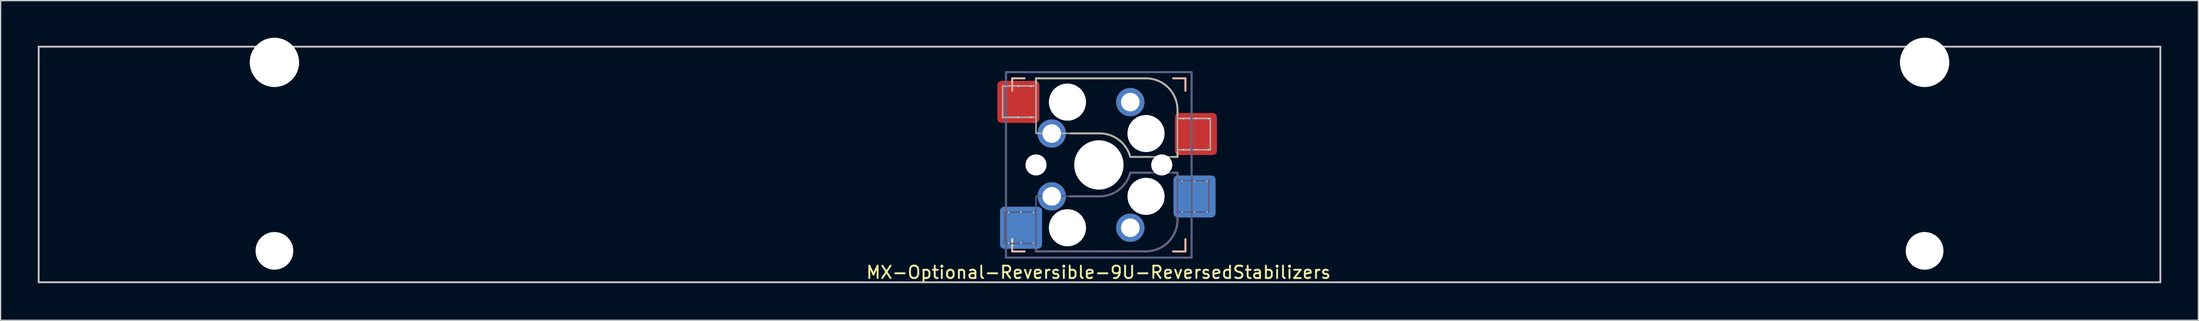
<source format=kicad_pcb>
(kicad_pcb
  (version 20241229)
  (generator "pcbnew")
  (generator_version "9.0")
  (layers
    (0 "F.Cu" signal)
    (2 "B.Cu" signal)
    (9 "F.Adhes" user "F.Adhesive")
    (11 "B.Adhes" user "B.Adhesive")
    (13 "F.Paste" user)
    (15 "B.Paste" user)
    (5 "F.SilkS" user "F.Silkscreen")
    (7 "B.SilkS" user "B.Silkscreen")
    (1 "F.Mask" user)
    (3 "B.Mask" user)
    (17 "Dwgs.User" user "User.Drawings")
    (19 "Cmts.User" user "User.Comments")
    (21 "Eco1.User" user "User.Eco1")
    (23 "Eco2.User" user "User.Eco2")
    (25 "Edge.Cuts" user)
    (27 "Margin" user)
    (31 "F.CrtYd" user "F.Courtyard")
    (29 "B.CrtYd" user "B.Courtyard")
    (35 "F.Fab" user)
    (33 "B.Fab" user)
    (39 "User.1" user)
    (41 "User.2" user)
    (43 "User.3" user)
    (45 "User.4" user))
  (footprint "MX-Optional-Reversible-9U-ReversedStabilizers"
    (layer "F.Cu")
    (at 85.8 10.249)
    (property "Reference" "MX-Optional-Reversible-9U-ReversedStabilizers" (at -0.077 8.726 180) (layer "F.SilkS") (effects (font (size 1 1) (thickness 0.15))))
    (attr smd)
    (fp_rect (start -8.258 -6.062) (end -4.858 -4.062) (stroke (width 0.1) (type solid)) (fill yes) (layer "F.Mask"))
    (fp_rect (start 6.092 -3.462) (end 9.492 -1.462) (stroke (width 0.1) (type solid)) (fill yes) (layer "F.Mask"))
    (fp_rect (start -8.041 4.118) (end -4.641 6.118) (stroke (width 0.1) (type solid)) (fill yes) (layer "B.Mask"))
    (fp_rect (start 5.979 1.588) (end 9.379 3.588) (stroke (width 0.1) (type solid)) (fill yes) (layer "B.Mask"))
    (fp_line (start -7.051 -6.962) (end -6.051 -6.962) (stroke (width 0.15) (type solid)) (layer "F.SilkS"))
    (fp_line (start -7.051 -6.566) (end -7.051 -6.962) (stroke (width 0.15) (type solid)) (layer "F.SilkS"))
    (fp_line (start -7.051 7.038) (end -7.051 6.038) (stroke (width 0.15) (type solid)) (layer "F.SilkS"))
    (fp_line (start -6.051 7.038) (end -7.051 7.038) (stroke (width 0.15) (type solid)) (layer "F.SilkS"))
    (fp_line (start -5.131 -6.581) (end -5.131 -6.962) (stroke (width 0.15) (type solid)) (layer "F.SilkS"))
    (fp_line (start -2.337 -2.517) (end -0.051 -2.517) (stroke (width 0.15) (type solid)) (layer "F.SilkS"))
    (fp_line (start 2.489 -0.612) (end 4.14 -0.612) (stroke (width 0.15) (type solid)) (layer "F.SilkS"))
    (fp_line (start 3.759 -6.962) (end -5.131 -6.962) (stroke (width 0.15) (type solid)) (layer "F.SilkS"))
    (fp_line (start 5.918 -0.612) (end 6.299 -0.612) (stroke (width 0.15) (type solid)) (layer "F.SilkS"))
    (fp_line (start 5.949 -6.962) (end 6.949 -6.962) (stroke (width 0.15) (type solid)) (layer "F.SilkS"))
    (fp_line (start 6.299 -4.041) (end 6.299 -4.422) (stroke (width 0.15) (type solid)) (layer "F.SilkS"))
    (fp_line (start 6.299 -0.612) (end 6.299 -0.993) (stroke (width 0.15) (type solid)) (layer "F.SilkS"))
    (fp_line (start 6.949 -6.962) (end 6.949 -5.962) (stroke (width 0.15) (type solid)) (layer "F.SilkS"))
    (fp_line (start 6.949 6.038) (end 6.949 7.038) (stroke (width 0.15) (type solid)) (layer "F.SilkS"))
    (fp_line (start 6.949 7.038) (end 5.949 7.038) (stroke (width 0.15) (type solid)) (layer "F.SilkS"))
    (fp_arc (start -0.05085 -2.51696) (mid 1.54712 -2.001754) (end 2.48915 -0.61196) (stroke (width 0.15) (type solid)) (layer "F.SilkS"))
    (fp_arc (start 3.75915 -6.96196) (mid 5.555201 -6.218011) (end 6.29915 -4.42196) (stroke (width 0.15) (type solid)) (layer "F.SilkS"))
    (fp_line (start -7.051 -6.962) (end -6.051 -6.962) (stroke (width 0.15) (type solid)) (layer "B.SilkS"))
    (fp_line (start -7.051 -5.962) (end -7.051 -6.962) (stroke (width 0.15) (type solid)) (layer "B.SilkS"))
    (fp_line (start -7.051 7.038) (end -7.051 6.642) (stroke (width 0.15) (type solid)) (layer "B.SilkS"))
    (fp_line (start -6.051 7.038) (end -7.051 7.038) (stroke (width 0.15) (type solid)) (layer "B.SilkS"))
    (fp_line (start -5.131 7.023) (end -5.131 6.642) (stroke (width 0.15) (type solid)) (layer "B.SilkS"))
    (fp_line (start -5.131 7.023) (end 3.759 7.023) (stroke (width 0.15) (type solid)) (layer "B.SilkS"))
    (fp_line (start -0.051 2.578) (end -2.337 2.578) (stroke (width 0.15) (type solid)) (layer "B.SilkS"))
    (fp_line (start 4.14 0.673) (end 2.489 0.673) (stroke (width 0.15) (type solid)) (layer "B.SilkS"))
    (fp_line (start 5.949 -6.962) (end 6.949 -6.962) (stroke (width 0.15) (type solid)) (layer "B.SilkS"))
    (fp_line (start 6.299 0.673) (end 5.918 0.673) (stroke (width 0.15) (type solid)) (layer "B.SilkS"))
    (fp_line (start 6.299 1.054) (end 6.299 0.673) (stroke (width 0.15) (type solid)) (layer "B.SilkS"))
    (fp_line (start 6.299 4.483) (end 6.299 4.102) (stroke (width 0.15) (type solid)) (layer "B.SilkS"))
    (fp_line (start 6.949 -6.962) (end 6.949 -5.962) (stroke (width 0.15) (type solid)) (layer "B.SilkS"))
    (fp_line (start 6.949 6.038) (end 6.949 7.038) (stroke (width 0.15) (type solid)) (layer "B.SilkS"))
    (fp_line (start 6.949 7.038) (end 5.949 7.038) (stroke (width 0.15) (type solid)) (layer "B.SilkS"))
    (fp_arc (start 2.48915 0.67304) (mid 1.547119 2.062831) (end -0.05085 2.57804) (stroke (width 0.15) (type solid)) (layer "B.SilkS"))
    (fp_arc (start 6.29915 4.48304) (mid 5.555201 6.279091) (end 3.75915 7.02304) (stroke (width 0.15) (type solid)) (layer "B.SilkS"))
    (fp_line (start -85.725 9.525) (end -85.725 -9.525) (stroke (width 0.15) (type solid)) (layer "Dwgs.User"))
    (fp_line (start 85.725 -9.525) (end -85.725 -9.525) (stroke (width 0.15) (type solid)) (layer "Dwgs.User"))
    (fp_line (start 85.725 9.525) (end -85.725 9.525) (stroke (width 0.15) (type solid)) (layer "Dwgs.User"))
    (fp_line (start 85.725 9.525) (end 85.725 -9.525) (stroke (width 0.15) (type solid)) (layer "Dwgs.User"))
    (fp_line (start -6.951 6.938) (end -6.951 -6.862) (stroke (width 0.15) (type solid)) (layer "Eco2.User"))
    (fp_line (start -6.951 6.938) (end 6.849 6.938) (stroke (width 0.15) (type solid)) (layer "Eco2.User"))
    (fp_line (start 6.849 -6.862) (end -6.951 -6.862) (stroke (width 0.15) (type solid)) (layer "Eco2.User"))
    (fp_line (start 6.849 -6.862) (end 6.849 6.938) (stroke (width 0.15) (type solid)) (layer "Eco2.User"))
    (fp_line (start -7.671 3.848) (end -7.671 6.388) (stroke (width 0.12) (type solid)) (layer "B.Fab"))
    (fp_line (start -7.671 6.388) (end -5.131 6.388) (stroke (width 0.12) (type solid)) (layer "B.Fab"))
    (fp_line (start -7.551 -7.462) (end 7.449 -7.462) (stroke (width 0.15) (type solid)) (layer "B.Fab"))
    (fp_line (start -7.551 7.538) (end -7.551 -7.462) (stroke (width 0.15) (type solid)) (layer "B.Fab"))
    (fp_line (start -5.131 2.578) (end -5.131 7.023) (stroke (width 0.12) (type solid)) (layer "B.Fab"))
    (fp_line (start -5.131 3.848) (end -7.671 3.848) (stroke (width 0.12) (type solid)) (layer "B.Fab"))
    (fp_line (start -5.131 7.023) (end 3.759 7.023) (stroke (width 0.12) (type solid)) (layer "B.Fab"))
    (fp_line (start -0.051 2.578) (end -5.131 2.578) (stroke (width 0.12) (type solid)) (layer "B.Fab"))
    (fp_line (start 6.299 0.673) (end 2.489 0.673) (stroke (width 0.12) (type solid)) (layer "B.Fab"))
    (fp_line (start 6.299 3.848) (end 8.839 3.848) (stroke (width 0.12) (type solid)) (layer "B.Fab"))
    (fp_line (start 6.299 4.483) (end 6.299 0.673) (stroke (width 0.12) (type solid)) (layer "B.Fab"))
    (fp_line (start 7.449 -7.462) (end 7.449 7.538) (stroke (width 0.15) (type solid)) (layer "B.Fab"))
    (fp_line (start 7.449 7.538) (end -7.551 7.538) (stroke (width 0.15) (type solid)) (layer "B.Fab"))
    (fp_line (start 8.839 1.308) (end 6.299 1.308) (stroke (width 0.12) (type solid)) (layer "B.Fab"))
    (fp_line (start 8.839 3.848) (end 8.839 1.308) (stroke (width 0.12) (type solid)) (layer "B.Fab"))
    (fp_arc (start 2.48915 0.67304) (mid 1.547119 2.062831) (end -0.05085 2.57804) (stroke (width 0.12) (type solid)) (layer "B.Fab"))
    (fp_arc (start 6.29915 4.48304) (mid 5.555201 6.279091) (end 3.75915 7.02304) (stroke (width 0.12) (type solid)) (layer "B.Fab"))
    (fp_line (start -7.828 -6.352) (end -7.828 -3.812) (stroke (width 0.12) (type solid)) (layer "F.Fab"))
    (fp_line (start -7.828 -3.812) (end -5.288 -3.812) (stroke (width 0.12) (type solid)) (layer "F.Fab"))
    (fp_line (start -7.828 -3.812) (end -5.288 -3.812) (stroke (width 0.12) (type solid)) (layer "F.Fab"))
    (fp_line (start -7.551 -7.462) (end 7.449 -7.462) (stroke (width 0.15) (type solid)) (layer "F.Fab"))
    (fp_line (start -7.551 7.538) (end -7.551 -7.462) (stroke (width 0.15) (type solid)) (layer "F.Fab"))
    (fp_line (start -5.288 -6.352) (end -7.828 -6.352) (stroke (width 0.12) (type solid)) (layer "F.Fab"))
    (fp_line (start -5.131 -6.962) (end -5.131 -2.517) (stroke (width 0.12) (type solid)) (layer "F.Fab"))
    (fp_line (start -5.131 -2.517) (end -0.051 -2.517) (stroke (width 0.12) (type solid)) (layer "F.Fab"))
    (fp_line (start 2.489 -0.612) (end 6.299 -0.612) (stroke (width 0.12) (type solid)) (layer "F.Fab"))
    (fp_line (start 3.759 -6.962) (end -5.131 -6.962) (stroke (width 0.12) (type solid)) (layer "F.Fab"))
    (fp_line (start 6.299 -0.612) (end 6.299 -4.422) (stroke (width 0.12) (type solid)) (layer "F.Fab"))
    (fp_line (start 6.412 -1.182) (end 8.952 -1.182) (stroke (width 0.12) (type solid)) (layer "F.Fab"))
    (fp_line (start 7.449 -7.462) (end 7.449 7.538) (stroke (width 0.15) (type solid)) (layer "F.Fab"))
    (fp_line (start 7.449 7.538) (end -7.551 7.538) (stroke (width 0.15) (type solid)) (layer "F.Fab"))
    (fp_line (start 8.952 -3.722) (end 6.412 -3.722) (stroke (width 0.12) (type solid)) (layer "F.Fab"))
    (fp_line (start 8.952 -1.182) (end 8.952 -3.722) (stroke (width 0.12) (type solid)) (layer "F.Fab"))
    (fp_arc (start -0.05085 -2.51696) (mid 1.547122 -2.001755) (end 2.48915 -0.61196) (stroke (width 0.12) (type solid)) (layer "F.Fab"))
    (fp_arc (start 3.75915 -6.96196) (mid 5.555201 -6.218011) (end 6.29915 -4.42196) (stroke (width 0.12) (type solid)) (layer "F.Fab"))
    (pad "" np_thru_hole circle (at -66.675 -8.255) (size 3.988 3.988) (drill 3.988) (layers "*.Cu" "*.Mask"))
    (pad "" np_thru_hole circle (at -66.675 6.985) (size 3.048 3.048) (drill 3.048) (layers "*.Cu" "*.Mask"))
    (pad "" np_thru_hole circle (at -5.131 0.038) (size 1.702 1.702) (drill 1.702) (layers "*.Cu" "*.Mask"))
    (pad "" np_thru_hole circle (at -2.591 -5.042) (size 3 3) (drill 3) (layers "*.Cu" "*.Mask"))
    (pad "" np_thru_hole circle (at -2.591 5.118) (size 3 3) (drill 3) (layers "*.Cu" "*.Mask"))
    (pad "" np_thru_hole circle (at -0.051 0.038) (size 3.988 3.988) (drill 3.988) (layers "*.Cu" "*.Mask"))
    (pad "" np_thru_hole circle (at 3.759 -2.502) (size 3 3) (drill 3) (layers "*.Cu" "*.Mask"))
    (pad "" np_thru_hole circle (at 3.759 2.578) (size 3 3) (drill 3) (layers "*.Cu" "*.Mask"))
    (pad "" np_thru_hole circle (at 5.029 0.038) (size 1.702 1.702) (drill 1.702) (layers "*.Cu" "*.Mask"))
    (pad "" np_thru_hole circle (at 66.675 -8.255) (size 3.988 3.988) (drill 3.988) (layers "*.Cu" "*.Mask"))
    (pad "" np_thru_hole circle (at 66.675 6.985) (size 3.048 3.048) (drill 3.048) (layers "*.Cu" "*.Mask"))
    (pad "1" thru_hole circle (at -7.558 -6.312 270) (size 0.1 0.1) (drill 0.3) (layers "*.Cu" "*.Mask"))
    (pad "1" thru_hole circle (at -7.558 -3.812 270) (size 0.1 0.1) (drill 0.3) (layers "*.Cu" "*.Mask"))
    (pad "1" thru_hole circle (at -7.341 3.868 270) (size 0.1 0.1) (drill 0.3) (layers "*.Cu" "*.Mask"))
    (pad "1" thru_hole circle (at -7.341 6.368 270) (size 0.1 0.1) (drill 0.3) (layers "*.Cu" "*.Mask"))
    (pad "1" thru_hole circle (at -6.558 -6.312 270) (size 0.1 0.1) (drill 0.3) (layers "*.Cu"))
    (pad "1" smd roundrect (at -6.558 -5.062 180) (size 3.4 3.4) (property pad_prop_bga) (layers "F.Cu" "F.Paste") (roundrect_rratio 0.1))
    (pad "1" thru_hole circle (at -6.558 -3.812 270) (size 0.1 0.1) (drill 0.3) (layers "*.Cu" "*.Mask"))
    (pad "1" thru_hole circle (at -6.341 3.868 270) (size 0.1 0.1) (drill 0.3) (layers "*.Cu"))
    (pad "1" smd roundrect (at -6.341 5.118) (size 3.4 3.4) (property pad_prop_bga) (layers "B.Cu" "B.Paste") (roundrect_rratio 0.1))
    (pad "1" thru_hole circle (at -6.341 6.368 270) (size 0.1 0.1) (drill 0.3) (layers "*.Cu" "*.Mask"))
    (pad "1" thru_hole circle (at -5.558 -6.312 270) (size 0.1 0.1) (drill 0.3) (layers "*.Cu"))
    (pad "1" thru_hole circle (at -5.558 -3.812 270) (size 0.1 0.1) (drill 0.3) (layers "*.Cu" "*.Mask"))
    (pad "1" thru_hole circle (at -5.341 3.868 270) (size 0.1 0.1) (drill 0.3) (layers "*.Cu"))
    (pad "1" thru_hole circle (at -5.341 6.368 270) (size 0.1 0.1) (drill 0.3) (layers "*.Cu" "*.Mask"))
    (pad "1" thru_hole circle (at -3.861 -2.502) (size 2.286 2.286) (drill 1.499) (layers "*.Cu" "*.Mask"))
    (pad "1" thru_hole circle (at -3.861 2.578) (size 2.286 2.286) (drill 1.499) (layers "*.Cu" "*.Mask"))
    (pad "2" thru_hole circle (at 2.489 -5.042) (size 2.286 2.286) (drill 1.499) (layers "*.Cu" "*.Mask"))
    (pad "2" thru_hole circle (at 2.489 5.118) (size 2.286 2.286) (drill 1.499) (layers "*.Cu" "*.Mask"))
    (pad "2" thru_hole circle (at 6.679 1.338 270) (size 0.1 0.1) (drill 0.3) (layers "*.Cu" "*.Mask"))
    (pad "2" thru_hole circle (at 6.679 3.838 270) (size 0.1 0.1) (drill 0.3) (layers "*.Cu" "*.Mask"))
    (pad "2" thru_hole circle (at 6.792 -3.712 270) (size 0.1 0.1) (drill 0.3) (layers "*.Cu" "*.Mask"))
    (pad "2" thru_hole circle (at 6.792 -1.212 270) (size 0.1 0.1) (drill 0.3) (layers "*.Cu" "*.Mask"))
    (pad "2" thru_hole circle (at 7.679 1.338 270) (size 0.1 0.1) (drill 0.3) (layers "*.Cu" "*.Mask"))
    (pad "2" smd roundrect (at 7.679 2.588) (size 3.4 3.4) (property pad_prop_bga) (layers "B.Cu" "B.Paste") (roundrect_rratio 0.1))
    (pad "2" thru_hole circle (at 7.679 3.838 270) (size 0.1 0.1) (drill 0.3) (layers "*.Cu"))
    (pad "2" thru_hole circle (at 7.792 -3.712 270) (size 0.1 0.1) (drill 0.3) (layers "*.Cu"))
    (pad "2" smd roundrect (at 7.792 -2.462 180) (size 3.4 3.4) (property pad_prop_bga) (layers "F.Cu" "F.Paste") (roundrect_rratio 0.1))
    (pad "2" thru_hole circle (at 7.792 -1.212 270) (size 0.1 0.1) (drill 0.3) (layers "*.Cu" "*.Mask"))
    (pad "2" thru_hole circle (at 8.679 1.338 270) (size 0.1 0.1) (drill 0.3) (layers "*.Cu" "*.Mask"))
    (pad "2" thru_hole circle (at 8.679 3.838 270) (size 0.1 0.1) (drill 0.3) (layers "*.Cu"))
    (pad "2" thru_hole circle (at 8.792 -3.712 270) (size 0.1 0.1) (drill 0.3) (layers "*.Cu"))
    (pad "2" thru_hole circle (at 8.792 -1.212 270) (size 0.1 0.1) (drill 0.3) (layers "*.Cu" "*.Mask")))
  (gr_rect
    (start -3 -3)
    (end 174.6 22.849)
    (stroke (width 0.1) (type default))
    (fill no)
    (layer "Edge.Cuts")))
</source>
